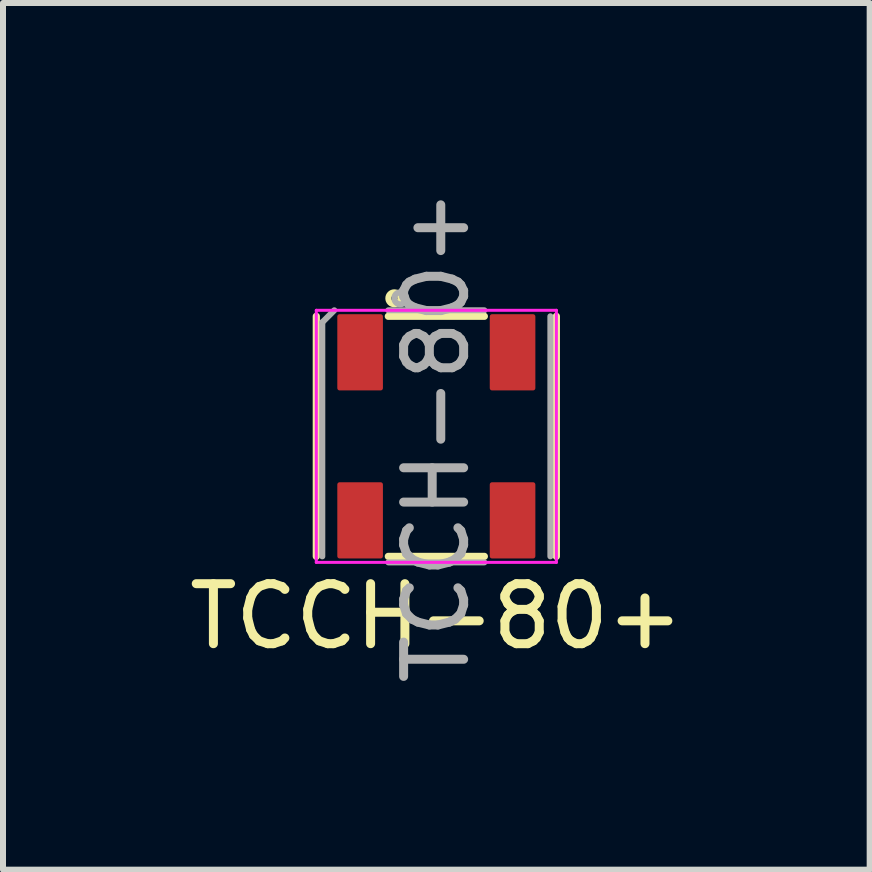
<source format=kicad_pcb>
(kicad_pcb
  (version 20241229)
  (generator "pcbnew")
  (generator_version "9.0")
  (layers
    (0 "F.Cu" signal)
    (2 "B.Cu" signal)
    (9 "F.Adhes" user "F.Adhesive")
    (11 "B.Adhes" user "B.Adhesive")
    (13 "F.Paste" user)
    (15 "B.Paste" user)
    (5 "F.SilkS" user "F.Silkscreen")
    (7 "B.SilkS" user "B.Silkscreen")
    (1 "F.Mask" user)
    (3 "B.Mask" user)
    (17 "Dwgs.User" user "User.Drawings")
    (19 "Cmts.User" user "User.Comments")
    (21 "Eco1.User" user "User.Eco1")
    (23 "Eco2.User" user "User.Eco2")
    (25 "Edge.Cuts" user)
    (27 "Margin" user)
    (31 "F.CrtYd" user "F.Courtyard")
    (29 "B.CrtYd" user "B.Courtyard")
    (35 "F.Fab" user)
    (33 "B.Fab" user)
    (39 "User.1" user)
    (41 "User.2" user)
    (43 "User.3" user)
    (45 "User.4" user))
  (footprint "TCCH-80+"
    (layer "F.Cu")
    (at 4.22 4.22)
    (property "Reference" "TCCH-80+" (at 0 3 0) (layer "F.SilkS") (effects (font (size 1 1) (thickness 0.15))))
    (attr smd)
    (fp_line (start -2 -2) (end -2 2) (stroke (width 0.12) (type solid)) (layer "F.SilkS"))
    (fp_line (start -0.8 -2) (end 0.8 -2) (stroke (width 0.12) (type solid)) (layer "F.SilkS"))
    (fp_line (start -0.8 2) (end 0.8 2) (stroke (width 0.12) (type solid)) (layer "F.SilkS"))
    (fp_line (start 2 -2) (end 2 2) (stroke (width 0.12) (type solid)) (layer "F.SilkS"))
    (fp_circle (center -0.7 -2.3) (end -0.6 -2.3) (stroke (width 0.1) (type default)) (fill no) (layer "F.SilkS"))
    (fp_line (start -2 -2.1) (end 2 -2.1) (stroke (width 0.05) (type solid)) (layer "F.CrtYd"))
    (fp_line (start -2 2.1) (end -2 -2.1) (stroke (width 0.05) (type solid)) (layer "F.CrtYd"))
    (fp_line (start -2 2.1) (end 2 2.1) (stroke (width 0.05) (type solid)) (layer "F.CrtYd"))
    (fp_line (start 2 2.1) (end 2 -2.1) (stroke (width 0.05) (type solid)) (layer "F.CrtYd"))
    (fp_line (start -1.9 -1.9) (end -1.9 2) (stroke (width 0.1) (type solid)) (layer "F.Fab"))
    (fp_line (start -1.9 -1.9) (end -1.7 -2.1) (stroke (width 0.1) (type solid)) (layer "F.Fab"))
    (fp_line (start -0.8 -2.1) (end 0.8 -2.1) (stroke (width 0.1) (type solid)) (layer "F.Fab"))
    (fp_line (start -0.8 2.1) (end 0.8 2.1) (stroke (width 0.1) (type solid)) (layer "F.Fab"))
    (fp_line (start 1.9 -2) (end 1.9 2) (stroke (width 0.1) (type solid)) (layer "F.Fab"))
    (fp_circle (center -0.6 -2.3) (end -0.5 -2.3) (stroke (width 0.1) (type default)) (fill no) (layer "F.Fab"))
    (fp_text user "${REFERENCE}" (at 0 0 90) (layer "F.Fab") (effects (font (size 1 1) (thickness 0.15))))
    (pad "1" smd roundrect (at -1.27 -1.4) (size 0.76 1.27) (layers "F.Cu" "F.Mask" "F.Paste") (roundrect_rratio 0.05))
    (pad "2" smd roundrect (at 1.27 -1.4) (size 0.76 1.27) (layers "F.Cu" "F.Mask" "F.Paste") (roundrect_rratio 0.05))
    (pad "3" smd roundrect (at 1.27 1.4) (size 0.76 1.27) (layers "F.Cu" "F.Mask" "F.Paste") (roundrect_rratio 0.05))
    (pad "4" smd roundrect (at -1.27 1.4) (size 0.76 1.27) (layers "F.Cu" "F.Mask" "F.Paste") (roundrect_rratio 0.05))
    (zone (net_name "") (layer "F.Cu") (hatch edge 0.5) (connect_pads) (min_thickness 0.25) (filled_areas_thickness no) (keepout (tracks not_allowed) (vias not_allowed) (pads not_allowed) (copperpour not_allowed) (footprints allowed)) (placement (enabled no)) (fill) (polygon (pts (xy 3.42 3.52) (xy 2.42 3.52) (xy 2.42 4.92) (xy 3.42 4.92) (xy 3.42 6.32) (xy 5.02 6.32) (xy 5.02 4.92) (xy 6.02 4.92) (xy 6.02 3.52) (xy 5.02 3.52) (xy 5.02 2.12) (xy 3.42 2.12)))))
  (gr_rect
    (start -3 -3)
    (end 11.44 11.44)
    (stroke (width 0.1) (type default))
    (fill no)
    (layer "Edge.Cuts")))
</source>
